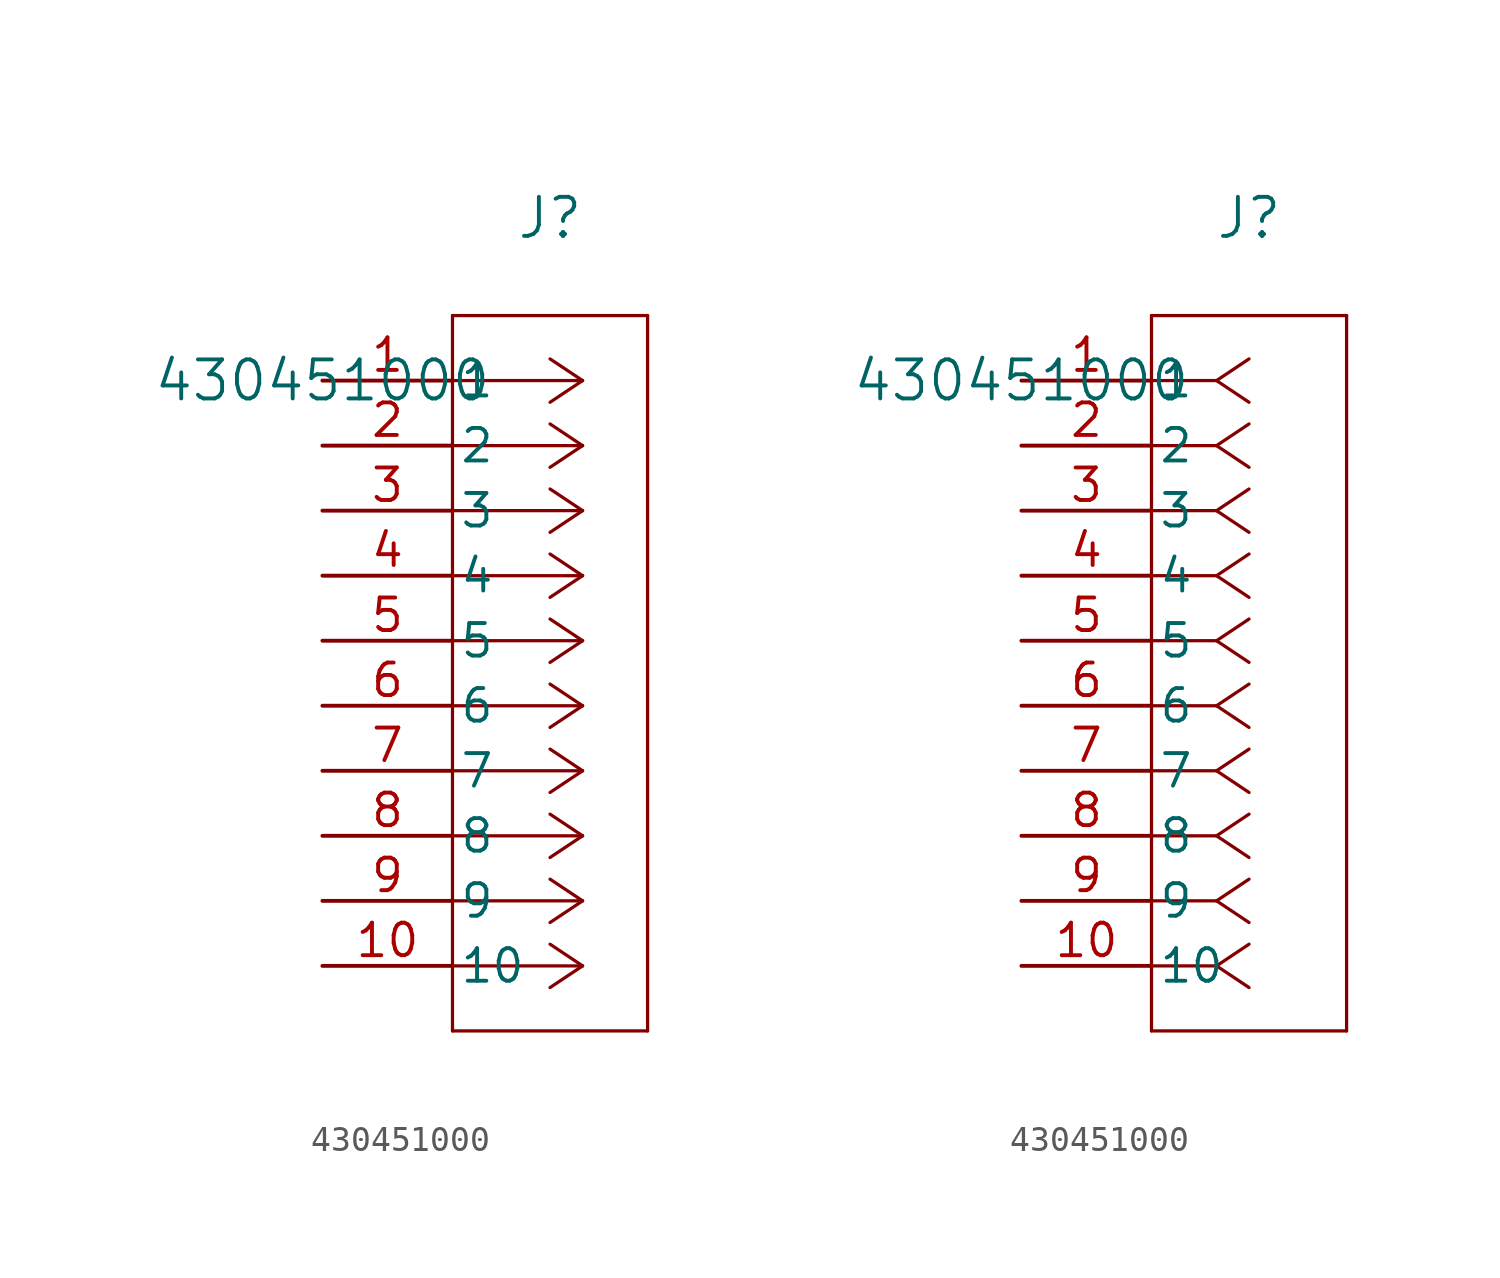
<source format=kicad_sym>
(kicad_symbol_lib
  (version 20211014)
  (generator kicad_symbol_editor)
  (symbol "430451000"
    (pin_names
      (offset 0.254))
    (property "Reference" "J"
      (at 8.89 6.35 0)
      (effects (font (size 1.524 1.524))))
    (property "Value" "430451000"
      (at 0 0 0)
      (effects (font (size 1.524 1.524))))
    (symbol "430451000_1_1"
      (polyline (pts (xy 10.16 0) (xy 5.08 0)) (stroke (width 0.127) (type default) (color 0 0 0 0)) (fill (type none)))
      (polyline (pts (xy 10.16 -2.54) (xy 5.08 -2.54)) (stroke (width 0.127) (type default) (color 0 0 0 0)) (fill (type none)))
      (polyline (pts (xy 10.16 -5.08) (xy 5.08 -5.08)) (stroke (width 0.127) (type default) (color 0 0 0 0)) (fill (type none)))
      (polyline (pts (xy 10.16 -7.62) (xy 5.08 -7.62)) (stroke (width 0.127) (type default) (color 0 0 0 0)) (fill (type none)))
      (polyline (pts (xy 10.16 -10.16) (xy 5.08 -10.16)) (stroke (width 0.127) (type default) (color 0 0 0 0)) (fill (type none)))
      (polyline (pts (xy 10.16 -12.7) (xy 5.08 -12.7)) (stroke (width 0.127) (type default) (color 0 0 0 0)) (fill (type none)))
      (polyline (pts (xy 10.16 -15.24) (xy 5.08 -15.24)) (stroke (width 0.127) (type default) (color 0 0 0 0)) (fill (type none)))
      (polyline (pts (xy 10.16 -17.78) (xy 5.08 -17.78)) (stroke (width 0.127) (type default) (color 0 0 0 0)) (fill (type none)))
      (polyline (pts (xy 10.16 -20.32) (xy 5.08 -20.32)) (stroke (width 0.127) (type default) (color 0 0 0 0)) (fill (type none)))
      (polyline (pts (xy 10.16 -22.86) (xy 5.08 -22.86)) (stroke (width 0.127) (type default) (color 0 0 0 0)) (fill (type none)))
      (polyline (pts (xy 10.16 0) (xy 8.89 0.847)) (stroke (width 0.127) (type default) (color 0 0 0 0)) (fill (type none)))
      (polyline (pts (xy 10.16 -2.54) (xy 8.89 -1.693)) (stroke (width 0.127) (type default) (color 0 0 0 0)) (fill (type none)))
      (polyline (pts (xy 10.16 -5.08) (xy 8.89 -4.233)) (stroke (width 0.127) (type default) (color 0 0 0 0)) (fill (type none)))
      (polyline (pts (xy 10.16 -7.62) (xy 8.89 -6.773)) (stroke (width 0.127) (type default) (color 0 0 0 0)) (fill (type none)))
      (polyline (pts (xy 10.16 -10.16) (xy 8.89 -9.313)) (stroke (width 0.127) (type default) (color 0 0 0 0)) (fill (type none)))
      (polyline (pts (xy 10.16 -12.7) (xy 8.89 -11.853)) (stroke (width 0.127) (type default) (color 0 0 0 0)) (fill (type none)))
      (polyline (pts (xy 10.16 -15.24) (xy 8.89 -14.393)) (stroke (width 0.127) (type default) (color 0 0 0 0)) (fill (type none)))
      (polyline (pts (xy 10.16 -17.78) (xy 8.89 -16.933)) (stroke (width 0.127) (type default) (color 0 0 0 0)) (fill (type none)))
      (polyline (pts (xy 10.16 -20.32) (xy 8.89 -19.473)) (stroke (width 0.127) (type default) (color 0 0 0 0)) (fill (type none)))
      (polyline (pts (xy 10.16 -22.86) (xy 8.89 -22.013)) (stroke (width 0.127) (type default) (color 0 0 0 0)) (fill (type none)))
      (polyline (pts (xy 10.16 0) (xy 8.89 -0.847)) (stroke (width 0.127) (type default) (color 0 0 0 0)) (fill (type none)))
      (polyline (pts (xy 10.16 -2.54) (xy 8.89 -3.387)) (stroke (width 0.127) (type default) (color 0 0 0 0)) (fill (type none)))
      (polyline (pts (xy 10.16 -5.08) (xy 8.89 -5.927)) (stroke (width 0.127) (type default) (color 0 0 0 0)) (fill (type none)))
      (polyline (pts (xy 10.16 -7.62) (xy 8.89 -8.467)) (stroke (width 0.127) (type default) (color 0 0 0 0)) (fill (type none)))
      (polyline (pts (xy 10.16 -10.16) (xy 8.89 -11.007)) (stroke (width 0.127) (type default) (color 0 0 0 0)) (fill (type none)))
      (polyline (pts (xy 10.16 -12.7) (xy 8.89 -13.547)) (stroke (width 0.127) (type default) (color 0 0 0 0)) (fill (type none)))
      (polyline (pts (xy 10.16 -15.24) (xy 8.89 -16.087)) (stroke (width 0.127) (type default) (color 0 0 0 0)) (fill (type none)))
      (polyline (pts (xy 10.16 -17.78) (xy 8.89 -18.627)) (stroke (width 0.127) (type default) (color 0 0 0 0)) (fill (type none)))
      (polyline (pts (xy 10.16 -20.32) (xy 8.89 -21.167)) (stroke (width 0.127) (type default) (color 0 0 0 0)) (fill (type none)))
      (polyline (pts (xy 10.16 -22.86) (xy 8.89 -23.707)) (stroke (width 0.127) (type default) (color 0 0 0 0)) (fill (type none)))
      (polyline (pts (xy 5.08 2.54) (xy 5.08 -25.4)) (stroke (width 0.127) (type default) (color 0 0 0 0)) (fill (type none)))
      (polyline (pts (xy 5.08 -25.4) (xy 12.7 -25.4)) (stroke (width 0.127) (type default) (color 0 0 0 0)) (fill (type none)))
      (polyline (pts (xy 12.7 -25.4) (xy 12.7 2.54)) (stroke (width 0.127) (type default) (color 0 0 0 0)) (fill (type none)))
      (polyline (pts (xy 12.7 2.54) (xy 5.08 2.54)) (stroke (width 0.127) (type default) (color 0 0 0 0)) (fill (type none)))
      (pin unspecified line (at 0 0 0) (length 5.08) (name "1" (effects (font (size 1.27 1.27)))) (number "1" (effects (font (size 1.27 1.27)))))
      (pin unspecified line (at 0 -2.54 0) (length 5.08) (name "2" (effects (font (size 1.27 1.27)))) (number "2" (effects (font (size 1.27 1.27)))))
      (pin unspecified line (at 0 -5.08 0) (length 5.08) (name "3" (effects (font (size 1.27 1.27)))) (number "3" (effects (font (size 1.27 1.27)))))
      (pin unspecified line (at 0 -7.62 0) (length 5.08) (name "4" (effects (font (size 1.27 1.27)))) (number "4" (effects (font (size 1.27 1.27)))))
      (pin unspecified line (at 0 -10.16 0) (length 5.08) (name "5" (effects (font (size 1.27 1.27)))) (number "5" (effects (font (size 1.27 1.27)))))
      (pin unspecified line (at 0 -12.7 0) (length 5.08) (name "6" (effects (font (size 1.27 1.27)))) (number "6" (effects (font (size 1.27 1.27)))))
      (pin unspecified line (at 0 -15.24 0) (length 5.08) (name "7" (effects (font (size 1.27 1.27)))) (number "7" (effects (font (size 1.27 1.27)))))
      (pin unspecified line (at 0 -17.78 0) (length 5.08) (name "8" (effects (font (size 1.27 1.27)))) (number "8" (effects (font (size 1.27 1.27)))))
      (pin unspecified line (at 0 -20.32 0) (length 5.08) (name "9" (effects (font (size 1.27 1.27)))) (number "9" (effects (font (size 1.27 1.27)))))
      (pin unspecified line (at 0 -22.86 0) (length 5.08) (name "10" (effects (font (size 1.27 1.27)))) (number "10" (effects (font (size 1.27 1.27))))))
    (symbol "430451000_1_2"
      (polyline (pts (xy 7.62 0) (xy 5.08 0)) (stroke (width 0.127) (type default) (color 0 0 0 0)) (fill (type none)))
      (polyline (pts (xy 7.62 -2.54) (xy 5.08 -2.54)) (stroke (width 0.127) (type default) (color 0 0 0 0)) (fill (type none)))
      (polyline (pts (xy 7.62 -5.08) (xy 5.08 -5.08)) (stroke (width 0.127) (type default) (color 0 0 0 0)) (fill (type none)))
      (polyline (pts (xy 7.62 -7.62) (xy 5.08 -7.62)) (stroke (width 0.127) (type default) (color 0 0 0 0)) (fill (type none)))
      (polyline (pts (xy 7.62 -10.16) (xy 5.08 -10.16)) (stroke (width 0.127) (type default) (color 0 0 0 0)) (fill (type none)))
      (polyline (pts (xy 7.62 -12.7) (xy 5.08 -12.7)) (stroke (width 0.127) (type default) (color 0 0 0 0)) (fill (type none)))
      (polyline (pts (xy 7.62 -15.24) (xy 5.08 -15.24)) (stroke (width 0.127) (type default) (color 0 0 0 0)) (fill (type none)))
      (polyline (pts (xy 7.62 -17.78) (xy 5.08 -17.78)) (stroke (width 0.127) (type default) (color 0 0 0 0)) (fill (type none)))
      (polyline (pts (xy 7.62 -20.32) (xy 5.08 -20.32)) (stroke (width 0.127) (type default) (color 0 0 0 0)) (fill (type none)))
      (polyline (pts (xy 7.62 -22.86) (xy 5.08 -22.86)) (stroke (width 0.127) (type default) (color 0 0 0 0)) (fill (type none)))
      (polyline (pts (xy 7.62 0) (xy 8.89 0.847)) (stroke (width 0.127) (type default) (color 0 0 0 0)) (fill (type none)))
      (polyline (pts (xy 7.62 -2.54) (xy 8.89 -1.693)) (stroke (width 0.127) (type default) (color 0 0 0 0)) (fill (type none)))
      (polyline (pts (xy 7.62 -5.08) (xy 8.89 -4.233)) (stroke (width 0.127) (type default) (color 0 0 0 0)) (fill (type none)))
      (polyline (pts (xy 7.62 -7.62) (xy 8.89 -6.773)) (stroke (width 0.127) (type default) (color 0 0 0 0)) (fill (type none)))
      (polyline (pts (xy 7.62 -10.16) (xy 8.89 -9.313)) (stroke (width 0.127) (type default) (color 0 0 0 0)) (fill (type none)))
      (polyline (pts (xy 7.62 -12.7) (xy 8.89 -11.853)) (stroke (width 0.127) (type default) (color 0 0 0 0)) (fill (type none)))
      (polyline (pts (xy 7.62 -15.24) (xy 8.89 -14.393)) (stroke (width 0.127) (type default) (color 0 0 0 0)) (fill (type none)))
      (polyline (pts (xy 7.62 -17.78) (xy 8.89 -16.933)) (stroke (width 0.127) (type default) (color 0 0 0 0)) (fill (type none)))
      (polyline (pts (xy 7.62 -20.32) (xy 8.89 -19.473)) (stroke (width 0.127) (type default) (color 0 0 0 0)) (fill (type none)))
      (polyline (pts (xy 7.62 -22.86) (xy 8.89 -22.013)) (stroke (width 0.127) (type default) (color 0 0 0 0)) (fill (type none)))
      (polyline (pts (xy 7.62 0) (xy 8.89 -0.847)) (stroke (width 0.127) (type default) (color 0 0 0 0)) (fill (type none)))
      (polyline (pts (xy 7.62 -2.54) (xy 8.89 -3.387)) (stroke (width 0.127) (type default) (color 0 0 0 0)) (fill (type none)))
      (polyline (pts (xy 7.62 -5.08) (xy 8.89 -5.927)) (stroke (width 0.127) (type default) (color 0 0 0 0)) (fill (type none)))
      (polyline (pts (xy 7.62 -7.62) (xy 8.89 -8.467)) (stroke (width 0.127) (type default) (color 0 0 0 0)) (fill (type none)))
      (polyline (pts (xy 7.62 -10.16) (xy 8.89 -11.007)) (stroke (width 0.127) (type default) (color 0 0 0 0)) (fill (type none)))
      (polyline (pts (xy 7.62 -12.7) (xy 8.89 -13.547)) (stroke (width 0.127) (type default) (color 0 0 0 0)) (fill (type none)))
      (polyline (pts (xy 7.62 -15.24) (xy 8.89 -16.087)) (stroke (width 0.127) (type default) (color 0 0 0 0)) (fill (type none)))
      (polyline (pts (xy 7.62 -17.78) (xy 8.89 -18.627)) (stroke (width 0.127) (type default) (color 0 0 0 0)) (fill (type none)))
      (polyline (pts (xy 7.62 -20.32) (xy 8.89 -21.167)) (stroke (width 0.127) (type default) (color 0 0 0 0)) (fill (type none)))
      (polyline (pts (xy 7.62 -22.86) (xy 8.89 -23.707)) (stroke (width 0.127) (type default) (color 0 0 0 0)) (fill (type none)))
      (polyline (pts (xy 5.08 2.54) (xy 5.08 -25.4)) (stroke (width 0.127) (type default) (color 0 0 0 0)) (fill (type none)))
      (polyline (pts (xy 5.08 -25.4) (xy 12.7 -25.4)) (stroke (width 0.127) (type default) (color 0 0 0 0)) (fill (type none)))
      (polyline (pts (xy 12.7 -25.4) (xy 12.7 2.54)) (stroke (width 0.127) (type default) (color 0 0 0 0)) (fill (type none)))
      (polyline (pts (xy 12.7 2.54) (xy 5.08 2.54)) (stroke (width 0.127) (type default) (color 0 0 0 0)) (fill (type none)))
      (pin unspecified line (at 0 0 0) (length 5.08) (name "1" (effects (font (size 1.27 1.27)))) (number "1" (effects (font (size 1.27 1.27)))))
      (pin unspecified line (at 0 -2.54 0) (length 5.08) (name "2" (effects (font (size 1.27 1.27)))) (number "2" (effects (font (size 1.27 1.27)))))
      (pin unspecified line (at 0 -5.08 0) (length 5.08) (name "3" (effects (font (size 1.27 1.27)))) (number "3" (effects (font (size 1.27 1.27)))))
      (pin unspecified line (at 0 -7.62 0) (length 5.08) (name "4" (effects (font (size 1.27 1.27)))) (number "4" (effects (font (size 1.27 1.27)))))
      (pin unspecified line (at 0 -10.16 0) (length 5.08) (name "5" (effects (font (size 1.27 1.27)))) (number "5" (effects (font (size 1.27 1.27)))))
      (pin unspecified line (at 0 -12.7 0) (length 5.08) (name "6" (effects (font (size 1.27 1.27)))) (number "6" (effects (font (size 1.27 1.27)))))
      (pin unspecified line (at 0 -15.24 0) (length 5.08) (name "7" (effects (font (size 1.27 1.27)))) (number "7" (effects (font (size 1.27 1.27)))))
      (pin unspecified line (at 0 -17.78 0) (length 5.08) (name "8" (effects (font (size 1.27 1.27)))) (number "8" (effects (font (size 1.27 1.27)))))
      (pin unspecified line (at 0 -20.32 0) (length 5.08) (name "9" (effects (font (size 1.27 1.27)))) (number "9" (effects (font (size 1.27 1.27)))))
      (pin unspecified line (at 0 -22.86 0) (length 5.08) (name "10" (effects (font (size 1.27 1.27)))) (number "10" (effects (font (size 1.27 1.27))))))))
</source>
